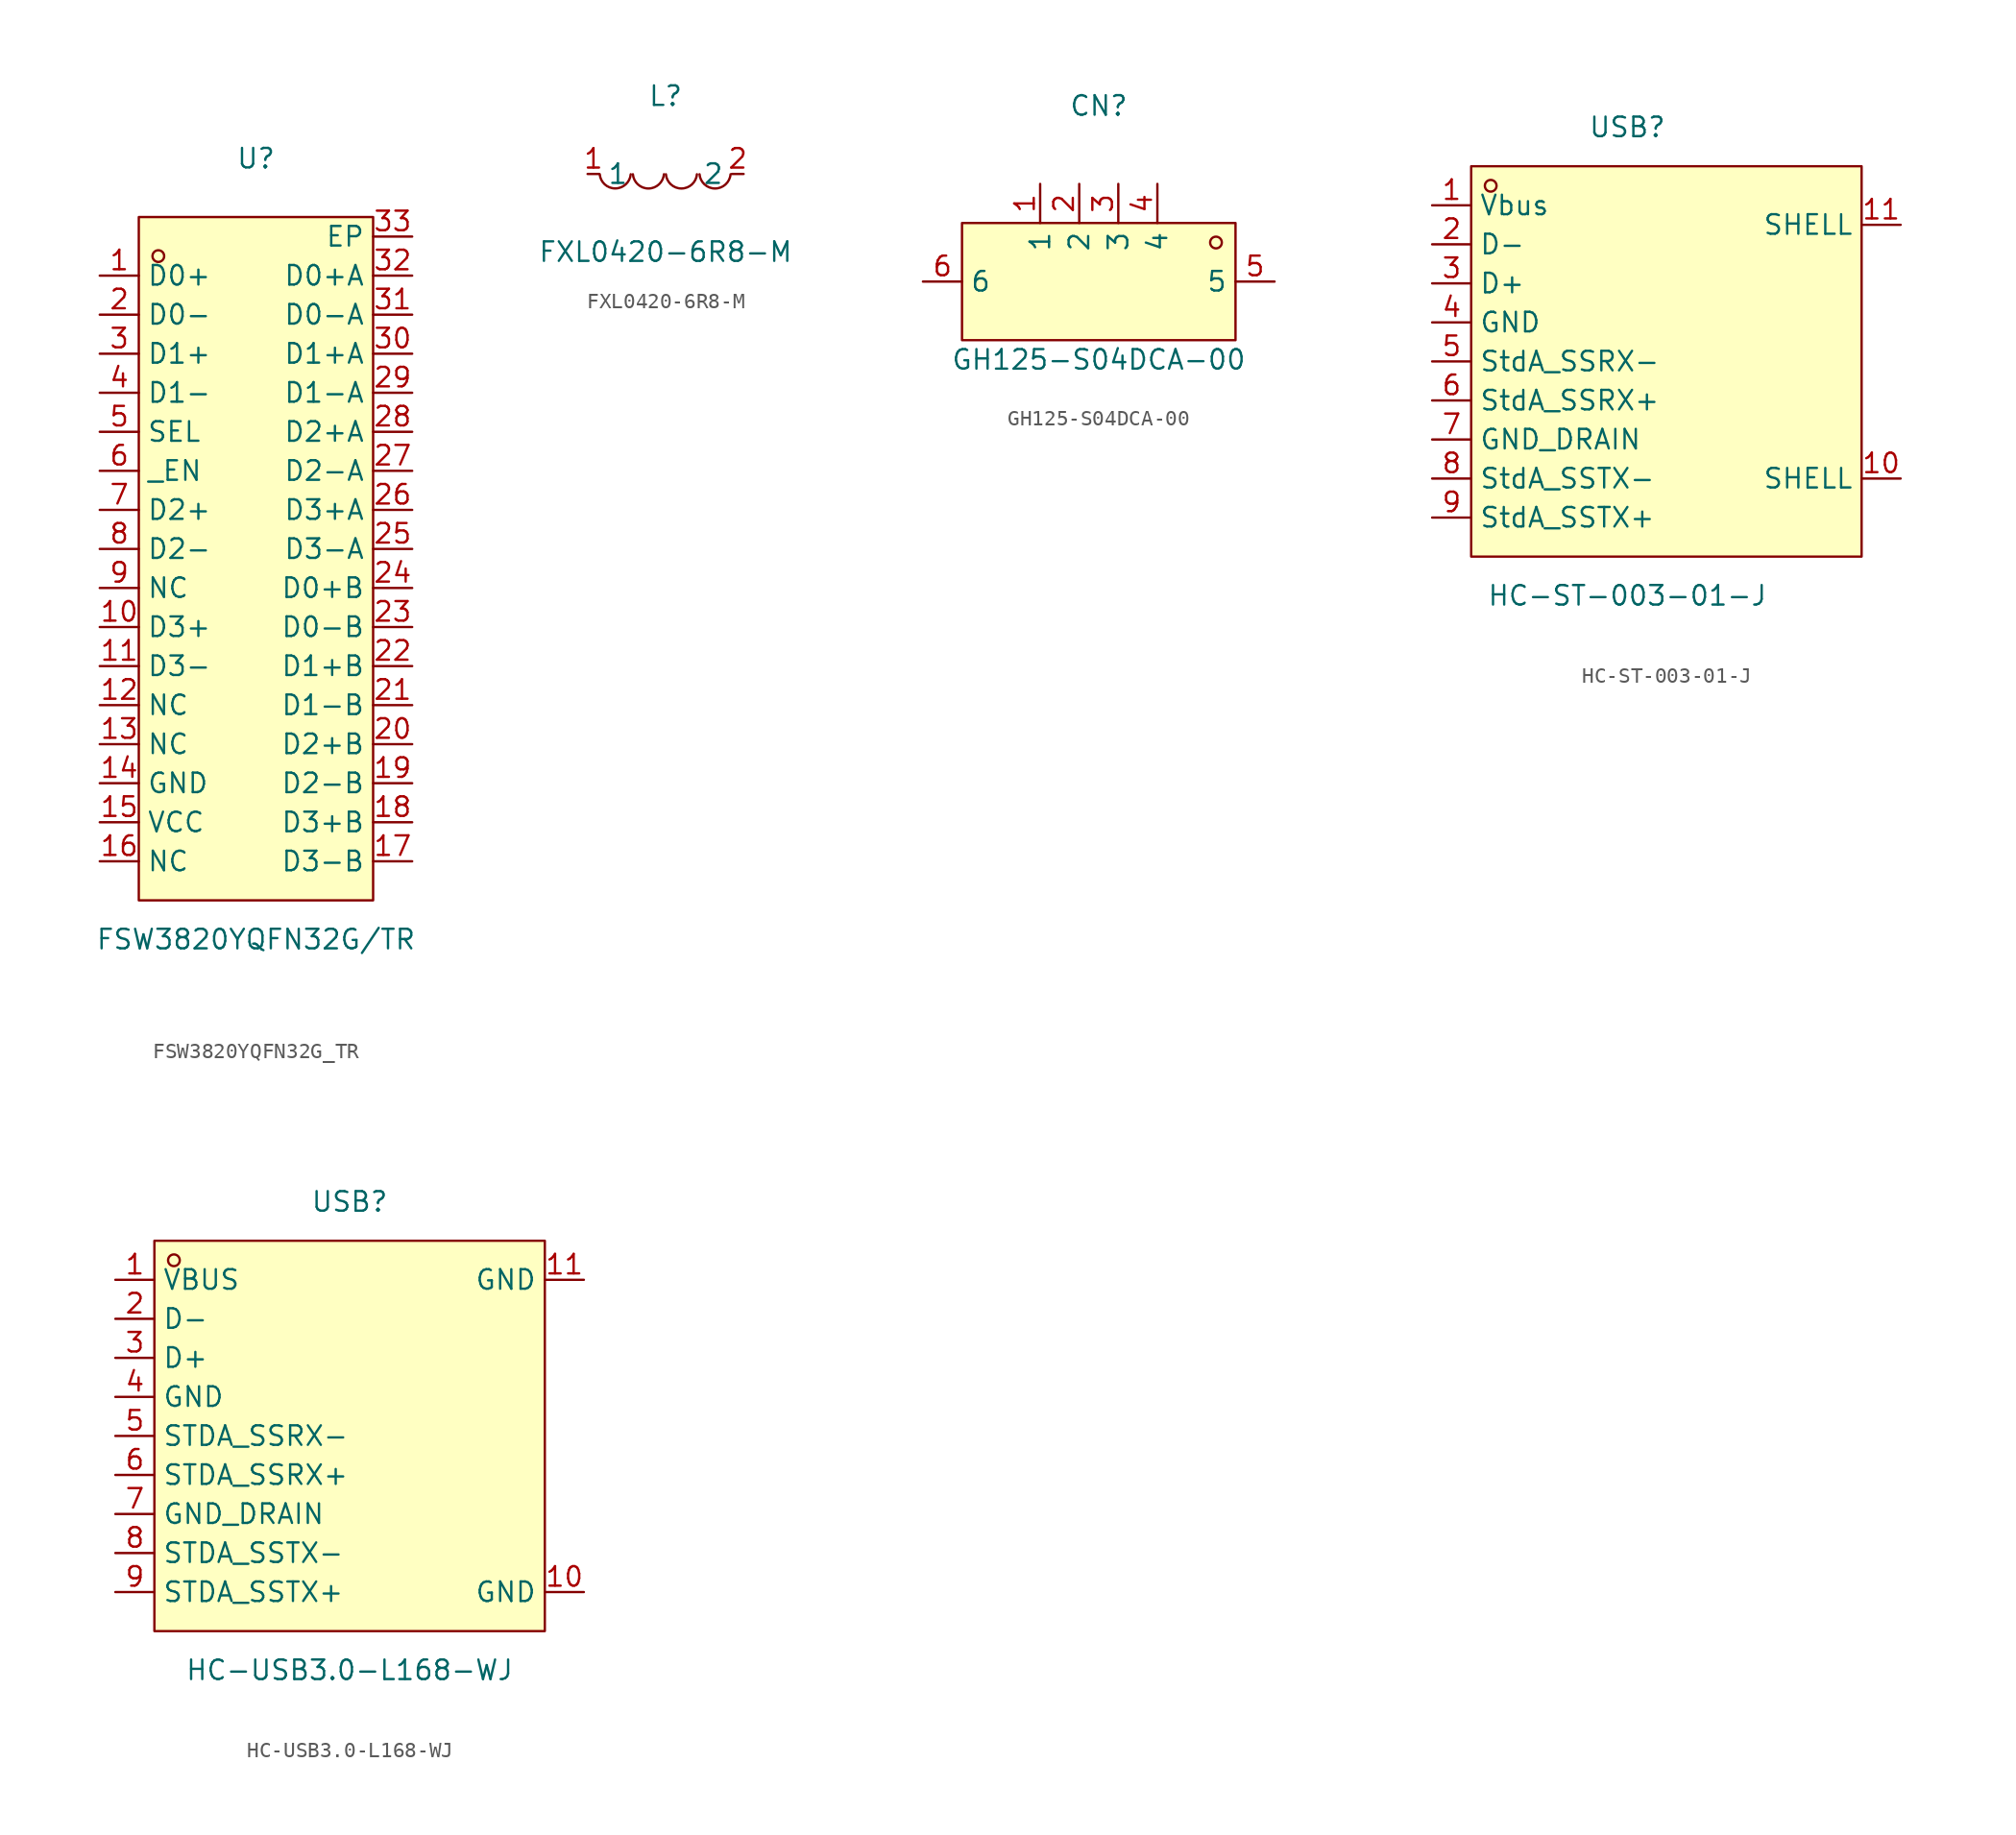
<source format=kicad_sym>
(kicad_symbol_lib
  (version 20241209)
  (generator "kicad_symbol_editor")
  (generator_version "9.0")
  (symbol "FSW3820YQFN32G_TR"
    (property "Reference" "U"
      (at 0 26.67 0)
      (effects (font (size 1.27 1.27))))
    (property "Value" "FSW3820YQFN32G/TR"
      (at 0 -24.13 0)
      (effects (font (size 1.27 1.27))))
    (symbol "FSW3820YQFN32G_TR_0_1"
      (rectangle (start -7.62 22.86) (end 7.62 -21.59) (stroke (width 0) (type default)) (fill (type background)))
      (circle (center -6.35 20.32) (radius 0.38) (stroke (width 0) (type default)) (fill (type none)))
      (pin unspecified line (at -10.16 19.05 0) (length 2.54) (name "D0+" (effects (font (size 1.27 1.27)))) (number "1" (effects (font (size 1.27 1.27)))))
      (pin unspecified line (at -10.16 16.51 0) (length 2.54) (name "D0-" (effects (font (size 1.27 1.27)))) (number "2" (effects (font (size 1.27 1.27)))))
      (pin unspecified line (at -10.16 13.97 0) (length 2.54) (name "D1+" (effects (font (size 1.27 1.27)))) (number "3" (effects (font (size 1.27 1.27)))))
      (pin unspecified line (at -10.16 11.43 0) (length 2.54) (name "D1-" (effects (font (size 1.27 1.27)))) (number "4" (effects (font (size 1.27 1.27)))))
      (pin unspecified line (at -10.16 8.89 0) (length 2.54) (name "SEL" (effects (font (size 1.27 1.27)))) (number "5" (effects (font (size 1.27 1.27)))))
      (pin unspecified line (at -10.16 6.35 0) (length 2.54) (name "_EN" (effects (font (size 1.27 1.27)))) (number "6" (effects (font (size 1.27 1.27)))))
      (pin unspecified line (at -10.16 3.81 0) (length 2.54) (name "D2+" (effects (font (size 1.27 1.27)))) (number "7" (effects (font (size 1.27 1.27)))))
      (pin unspecified line (at -10.16 1.27 0) (length 2.54) (name "D2-" (effects (font (size 1.27 1.27)))) (number "8" (effects (font (size 1.27 1.27)))))
      (pin unspecified line (at -10.16 -1.27 0) (length 2.54) (name "NC" (effects (font (size 1.27 1.27)))) (number "9" (effects (font (size 1.27 1.27)))))
      (pin unspecified line (at -10.16 -3.81 0) (length 2.54) (name "D3+" (effects (font (size 1.27 1.27)))) (number "10" (effects (font (size 1.27 1.27)))))
      (pin unspecified line (at -10.16 -6.35 0) (length 2.54) (name "D3-" (effects (font (size 1.27 1.27)))) (number "11" (effects (font (size 1.27 1.27)))))
      (pin unspecified line (at -10.16 -8.89 0) (length 2.54) (name "NC" (effects (font (size 1.27 1.27)))) (number "12" (effects (font (size 1.27 1.27)))))
      (pin unspecified line (at -10.16 -11.43 0) (length 2.54) (name "NC" (effects (font (size 1.27 1.27)))) (number "13" (effects (font (size 1.27 1.27)))))
      (pin unspecified line (at -10.16 -13.97 0) (length 2.54) (name "GND" (effects (font (size 1.27 1.27)))) (number "14" (effects (font (size 1.27 1.27)))))
      (pin unspecified line (at -10.16 -16.51 0) (length 2.54) (name "VCC" (effects (font (size 1.27 1.27)))) (number "15" (effects (font (size 1.27 1.27)))))
      (pin unspecified line (at -10.16 -19.05 0) (length 2.54) (name "NC" (effects (font (size 1.27 1.27)))) (number "16" (effects (font (size 1.27 1.27)))))
      (pin unspecified line (at 10.16 21.59 180) (length 2.54) (name "EP" (effects (font (size 1.27 1.27)))) (number "33" (effects (font (size 1.27 1.27)))))
      (pin unspecified line (at 10.16 19.05 180) (length 2.54) (name "D0+A" (effects (font (size 1.27 1.27)))) (number "32" (effects (font (size 1.27 1.27)))))
      (pin unspecified line (at 10.16 16.51 180) (length 2.54) (name "D0-A" (effects (font (size 1.27 1.27)))) (number "31" (effects (font (size 1.27 1.27)))))
      (pin unspecified line (at 10.16 13.97 180) (length 2.54) (name "D1+A" (effects (font (size 1.27 1.27)))) (number "30" (effects (font (size 1.27 1.27)))))
      (pin unspecified line (at 10.16 11.43 180) (length 2.54) (name "D1-A" (effects (font (size 1.27 1.27)))) (number "29" (effects (font (size 1.27 1.27)))))
      (pin unspecified line (at 10.16 8.89 180) (length 2.54) (name "D2+A" (effects (font (size 1.27 1.27)))) (number "28" (effects (font (size 1.27 1.27)))))
      (pin unspecified line (at 10.16 6.35 180) (length 2.54) (name "D2-A" (effects (font (size 1.27 1.27)))) (number "27" (effects (font (size 1.27 1.27)))))
      (pin unspecified line (at 10.16 3.81 180) (length 2.54) (name "D3+A" (effects (font (size 1.27 1.27)))) (number "26" (effects (font (size 1.27 1.27)))))
      (pin unspecified line (at 10.16 1.27 180) (length 2.54) (name "D3-A" (effects (font (size 1.27 1.27)))) (number "25" (effects (font (size 1.27 1.27)))))
      (pin unspecified line (at 10.16 -1.27 180) (length 2.54) (name "D0+B" (effects (font (size 1.27 1.27)))) (number "24" (effects (font (size 1.27 1.27)))))
      (pin unspecified line (at 10.16 -3.81 180) (length 2.54) (name "D0-B" (effects (font (size 1.27 1.27)))) (number "23" (effects (font (size 1.27 1.27)))))
      (pin unspecified line (at 10.16 -6.35 180) (length 2.54) (name "D1+B" (effects (font (size 1.27 1.27)))) (number "22" (effects (font (size 1.27 1.27)))))
      (pin unspecified line (at 10.16 -8.89 180) (length 2.54) (name "D1-B" (effects (font (size 1.27 1.27)))) (number "21" (effects (font (size 1.27 1.27)))))
      (pin unspecified line (at 10.16 -11.43 180) (length 2.54) (name "D2+B" (effects (font (size 1.27 1.27)))) (number "20" (effects (font (size 1.27 1.27)))))
      (pin unspecified line (at 10.16 -13.97 180) (length 2.54) (name "D2-B" (effects (font (size 1.27 1.27)))) (number "19" (effects (font (size 1.27 1.27)))))
      (pin unspecified line (at 10.16 -16.51 180) (length 2.54) (name "D3+B" (effects (font (size 1.27 1.27)))) (number "18" (effects (font (size 1.27 1.27)))))
      (pin unspecified line (at 10.16 -19.05 180) (length 2.54) (name "D3-B" (effects (font (size 1.27 1.27)))) (number "17" (effects (font (size 1.27 1.27)))))))
  (symbol "FXL0420-6R8-M"
    (property "Reference" "L"
      (at 0 5.08 0)
      (effects (font (size 1.27 1.27))))
    (property "Value" "FXL0420-6R8-M"
      (at 0 -5.08 0)
      (effects (font (size 1.27 1.27))))
    (symbol "FXL0420-6R8-M_0_1"
      (arc (start -2.27 -0.02) (mid -3.28 -0.9427) (end -4.29 -0.02) (stroke (width 0) (type default)) (fill (type none)))
      (arc (start -0.11 -0.02) (mid -1.12 -0.9471) (end -2.13 -0.02) (stroke (width 0) (type default)) (fill (type none)))
      (arc (start 2.04 -0.02) (mid 1.03 -0.9471) (end 0.02 -0.02) (stroke (width 0) (type default)) (fill (type none)))
      (arc (start 4.23 -0.02) (mid 3.22 -0.9471) (end 2.21 -0.02) (stroke (width 0) (type default)) (fill (type none)))
      (pin unspecified line (at -5.08 0 0) (length 0.762) (name "1" (effects (font (size 1.27 1.27)))) (number "1" (effects (font (size 1.27 1.27)))))
      (pin unspecified line (at 5.08 0 180) (length 0.762) (name "2" (effects (font (size 1.27 1.27)))) (number "2" (effects (font (size 1.27 1.27)))))))
  (symbol "GH125-S04DCA-00"
    (property "Reference" "CN"
      (at 0 10.16 0)
      (effects (font (size 1.27 1.27))))
    (property "Value" "GH125-S04DCA-00"
      (at 0 -6.35 0)
      (effects (font (size 1.27 1.27))))
    (symbol "GH125-S04DCA-00_0_1"
      (rectangle (start -8.89 2.54) (end 8.89 -5.08) (stroke (width 0) (type default)) (fill (type background)))
      (circle (center 7.62 1.27) (radius 0.38) (stroke (width 0) (type default)) (fill (type none)))
      (pin unspecified line (at -11.43 -1.27 0) (length 2.54) (name "6" (effects (font (size 1.27 1.27)))) (number "6" (effects (font (size 1.27 1.27)))))
      (pin unspecified line (at -3.81 5.08 270) (length 2.54) (name "1" (effects (font (size 1.27 1.27)))) (number "1" (effects (font (size 1.27 1.27)))))
      (pin unspecified line (at -1.27 5.08 270) (length 2.54) (name "2" (effects (font (size 1.27 1.27)))) (number "2" (effects (font (size 1.27 1.27)))))
      (pin unspecified line (at 1.27 5.08 270) (length 2.54) (name "3" (effects (font (size 1.27 1.27)))) (number "3" (effects (font (size 1.27 1.27)))))
      (pin unspecified line (at 3.81 5.08 270) (length 2.54) (name "4" (effects (font (size 1.27 1.27)))) (number "4" (effects (font (size 1.27 1.27)))))
      (pin unspecified line (at 11.43 -1.27 180) (length 2.54) (name "5" (effects (font (size 1.27 1.27)))) (number "5" (effects (font (size 1.27 1.27)))))))
  (symbol "HC-ST-003-01-J"
    (property "Reference" "USB"
      (at 0 16.51 0)
      (effects (font (size 1.27 1.27))))
    (property "Value" "HC-ST-003-01-J"
      (at 0 -13.97 0)
      (effects (font (size 1.27 1.27))))
    (symbol "HC-ST-003-01-J_0_1"
      (rectangle (start -10.16 13.97) (end 15.24 -11.43) (stroke (width 0) (type default) (color 0 0 0 0)) (fill (type background)))
      (circle (center -8.89 12.70) (radius 0.38) (stroke (width 0) (type default) (color 0 0 0 0)) (fill (type none)))
      (pin unspecified line (at -12.70 11.43 0) (length 2.54) (name "Vbus" (effects (font (size 1.27 1.27)))) (number "1" (effects (font (size 1.27 1.27)))))
      (pin unspecified line (at -12.70 8.89 0) (length 2.54) (name "D-" (effects (font (size 1.27 1.27)))) (number "2" (effects (font (size 1.27 1.27)))))
      (pin unspecified line (at -12.70 6.35 0) (length 2.54) (name "D+" (effects (font (size 1.27 1.27)))) (number "3" (effects (font (size 1.27 1.27)))))
      (pin unspecified line (at -12.70 3.81 0) (length 2.54) (name "GND" (effects (font (size 1.27 1.27)))) (number "4" (effects (font (size 1.27 1.27)))))
      (pin unspecified line (at -12.70 1.27 0) (length 2.54) (name "StdA_SSRX-" (effects (font (size 1.27 1.27)))) (number "5" (effects (font (size 1.27 1.27)))))
      (pin unspecified line (at -12.70 -1.27 0) (length 2.54) (name "StdA_SSRX+" (effects (font (size 1.27 1.27)))) (number "6" (effects (font (size 1.27 1.27)))))
      (pin unspecified line (at -12.70 -3.81 0) (length 2.54) (name "GND_DRAIN" (effects (font (size 1.27 1.27)))) (number "7" (effects (font (size 1.27 1.27)))))
      (pin unspecified line (at -12.70 -6.35 0) (length 2.54) (name "StdA_SSTX-" (effects (font (size 1.27 1.27)))) (number "8" (effects (font (size 1.27 1.27)))))
      (pin unspecified line (at -12.70 -8.89 0) (length 2.54) (name "StdA_SSTX+" (effects (font (size 1.27 1.27)))) (number "9" (effects (font (size 1.27 1.27)))))
      (pin unspecified line (at 17.78 -6.35 180) (length 2.54) (name "SHELL" (effects (font (size 1.27 1.27)))) (number "10" (effects (font (size 1.27 1.27)))))
      (pin unspecified line (at 17.78 10.16 180) (length 2.54) (name "SHELL" (effects (font (size 1.27 1.27)))) (number "11" (effects (font (size 1.27 1.27)))))))
  (symbol "HC-USB3.0-L168-WJ"
    (property "Reference" "USB"
      (at 0 15.24 0)
      (effects (font (size 1.27 1.27))))
    (property "Value" "HC-USB3.0-L168-WJ"
      (at 0 -15.24 0)
      (effects (font (size 1.27 1.27))))
    (symbol "HC-USB3.0-L168-WJ_0_1"
      (rectangle (start -12.7 12.7) (end 12.7 -12.7) (stroke (width 0) (type default)) (fill (type background)))
      (circle (center -11.43 11.43) (radius 0.38) (stroke (width 0) (type default)) (fill (type none)))
      (pin unspecified line (at -15.24 10.16 0) (length 2.54) (name "VBUS" (effects (font (size 1.27 1.27)))) (number "1" (effects (font (size 1.27 1.27)))))
      (pin unspecified line (at -15.24 7.62 0) (length 2.54) (name "D-" (effects (font (size 1.27 1.27)))) (number "2" (effects (font (size 1.27 1.27)))))
      (pin unspecified line (at -15.24 5.08 0) (length 2.54) (name "D+" (effects (font (size 1.27 1.27)))) (number "3" (effects (font (size 1.27 1.27)))))
      (pin unspecified line (at -15.24 2.54 0) (length 2.54) (name "GND" (effects (font (size 1.27 1.27)))) (number "4" (effects (font (size 1.27 1.27)))))
      (pin unspecified line (at -15.24 0 0) (length 2.54) (name "STDA_SSRX-" (effects (font (size 1.27 1.27)))) (number "5" (effects (font (size 1.27 1.27)))))
      (pin unspecified line (at -15.24 -2.54 0) (length 2.54) (name "STDA_SSRX+" (effects (font (size 1.27 1.27)))) (number "6" (effects (font (size 1.27 1.27)))))
      (pin unspecified line (at -15.24 -5.08 0) (length 2.54) (name "GND_DRAIN" (effects (font (size 1.27 1.27)))) (number "7" (effects (font (size 1.27 1.27)))))
      (pin unspecified line (at -15.24 -7.62 0) (length 2.54) (name "STDA_SSTX-" (effects (font (size 1.27 1.27)))) (number "8" (effects (font (size 1.27 1.27)))))
      (pin unspecified line (at -15.24 -10.16 0) (length 2.54) (name "STDA_SSTX+" (effects (font (size 1.27 1.27)))) (number "9" (effects (font (size 1.27 1.27)))))
      (pin unspecified line (at 15.24 10.16 180) (length 2.54) (name "GND" (effects (font (size 1.27 1.27)))) (number "11" (effects (font (size 1.27 1.27)))))
      (pin unspecified line (at 15.24 -10.16 180) (length 2.54) (name "GND" (effects (font (size 1.27 1.27)))) (number "10" (effects (font (size 1.27 1.27))))))))
</source>
